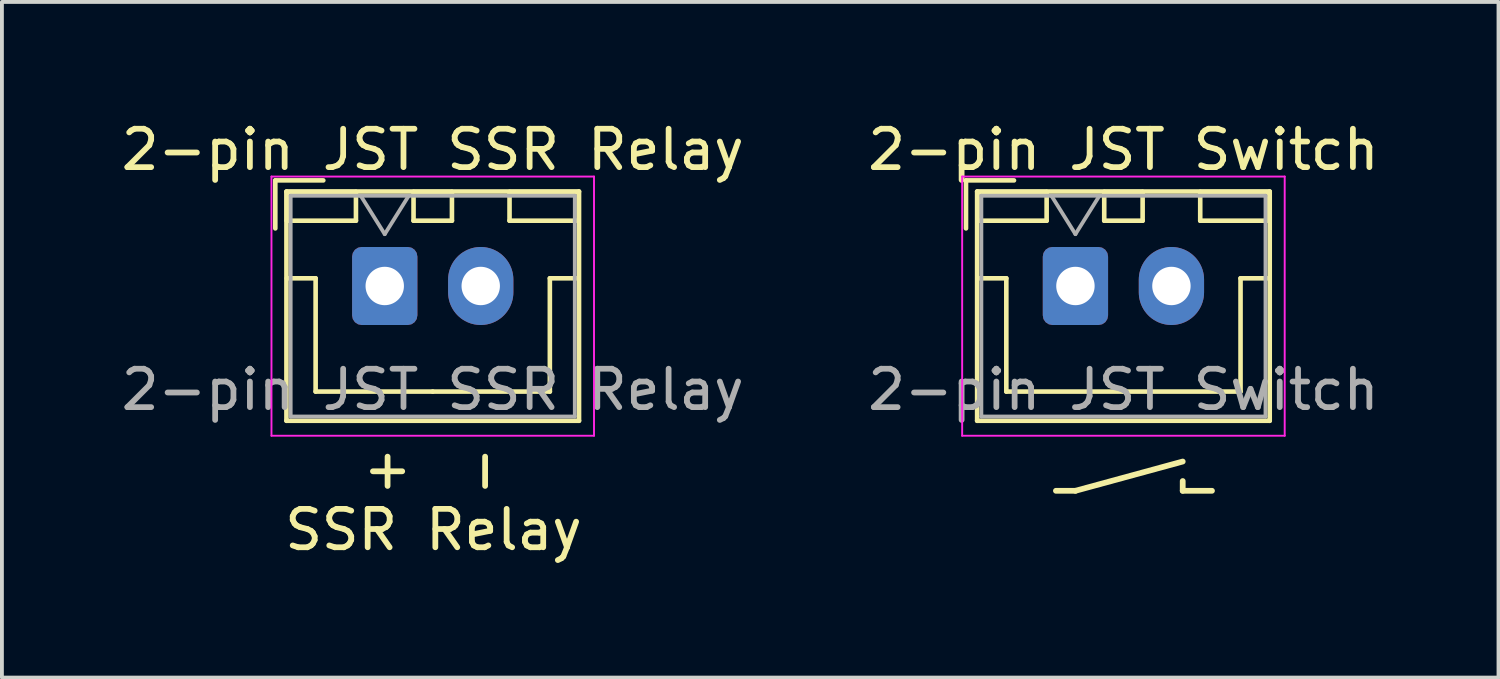
<source format=kicad_pcb>
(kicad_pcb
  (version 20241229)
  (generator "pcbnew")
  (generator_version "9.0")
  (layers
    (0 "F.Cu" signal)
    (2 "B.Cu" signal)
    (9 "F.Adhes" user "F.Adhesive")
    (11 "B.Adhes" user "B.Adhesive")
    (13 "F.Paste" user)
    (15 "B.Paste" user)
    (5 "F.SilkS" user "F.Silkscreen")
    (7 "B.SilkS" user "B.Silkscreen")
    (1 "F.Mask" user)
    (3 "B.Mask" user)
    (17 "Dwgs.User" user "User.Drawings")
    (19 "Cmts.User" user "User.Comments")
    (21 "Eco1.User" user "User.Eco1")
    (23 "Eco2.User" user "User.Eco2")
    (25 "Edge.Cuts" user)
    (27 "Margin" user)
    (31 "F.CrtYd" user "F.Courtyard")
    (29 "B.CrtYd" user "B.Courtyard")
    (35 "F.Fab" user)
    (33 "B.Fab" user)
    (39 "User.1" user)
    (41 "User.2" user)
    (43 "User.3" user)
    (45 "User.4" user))
  (footprint "2-pin JST SSR Relay"
    (layer "F.Cu")
    (at 6.97 4.398)
    (property "Reference" "2-pin JST SSR Relay" (at 1.25 -3.55 0) (layer "F.SilkS") (effects (font (size 1 1) (thickness 0.15))))
    (attr through_hole)
    (fp_line (start -2.85 -2.75) (end -2.85 -1.5) (stroke (width 0.12) (type solid)) (layer "F.SilkS"))
    (fp_line (start -2.56 -2.46) (end -2.56 3.51) (stroke (width 0.12) (type solid)) (layer "F.SilkS"))
    (fp_line (start -2.56 3.51) (end 5.06 3.51) (stroke (width 0.12) (type solid)) (layer "F.SilkS"))
    (fp_line (start -2.55 -2.45) (end -2.55 -1.7) (stroke (width 0.12) (type solid)) (layer "F.SilkS"))
    (fp_line (start -2.55 -1.7) (end -0.75 -1.7) (stroke (width 0.12) (type solid)) (layer "F.SilkS"))
    (fp_line (start -2.55 -0.2) (end -1.8 -0.2) (stroke (width 0.12) (type solid)) (layer "F.SilkS"))
    (fp_line (start -1.8 -0.2) (end -1.8 2.75) (stroke (width 0.12) (type solid)) (layer "F.SilkS"))
    (fp_line (start -1.8 2.75) (end 1.25 2.75) (stroke (width 0.12) (type solid)) (layer "F.SilkS"))
    (fp_line (start -1.6 -2.75) (end -2.85 -2.75) (stroke (width 0.12) (type solid)) (layer "F.SilkS"))
    (fp_line (start -0.75 -2.45) (end -2.55 -2.45) (stroke (width 0.12) (type solid)) (layer "F.SilkS"))
    (fp_line (start -0.75 -1.7) (end -0.75 -2.45) (stroke (width 0.12) (type solid)) (layer "F.SilkS"))
    (fp_line (start 0.75 -2.45) (end 0.75 -1.7) (stroke (width 0.12) (type solid)) (layer "F.SilkS"))
    (fp_line (start 0.75 -1.7) (end 1.75 -1.7) (stroke (width 0.12) (type solid)) (layer "F.SilkS"))
    (fp_line (start 1.75 -2.45) (end 0.75 -2.45) (stroke (width 0.12) (type solid)) (layer "F.SilkS"))
    (fp_line (start 1.75 -1.7) (end 1.75 -2.45) (stroke (width 0.12) (type solid)) (layer "F.SilkS"))
    (fp_line (start 3.25 -2.45) (end 3.25 -1.7) (stroke (width 0.12) (type solid)) (layer "F.SilkS"))
    (fp_line (start 3.25 -1.7) (end 5.05 -1.7) (stroke (width 0.12) (type solid)) (layer "F.SilkS"))
    (fp_line (start 4.3 -0.2) (end 4.3 2.75) (stroke (width 0.12) (type solid)) (layer "F.SilkS"))
    (fp_line (start 4.3 2.75) (end 1.25 2.75) (stroke (width 0.12) (type solid)) (layer "F.SilkS"))
    (fp_line (start 5.05 -2.45) (end 3.25 -2.45) (stroke (width 0.12) (type solid)) (layer "F.SilkS"))
    (fp_line (start 5.05 -1.7) (end 5.05 -2.45) (stroke (width 0.12) (type solid)) (layer "F.SilkS"))
    (fp_line (start 5.05 -0.2) (end 4.3 -0.2) (stroke (width 0.12) (type solid)) (layer "F.SilkS"))
    (fp_line (start 5.06 -2.46) (end -2.56 -2.46) (stroke (width 0.12) (type solid)) (layer "F.SilkS"))
    (fp_line (start 5.06 3.51) (end 5.06 -2.46) (stroke (width 0.12) (type solid)) (layer "F.SilkS"))
    (fp_line (start -2.95 -2.85) (end -2.95 3.9) (stroke (width 0.05) (type solid)) (layer "F.CrtYd"))
    (fp_line (start -2.95 3.9) (end 5.45 3.9) (stroke (width 0.05) (type solid)) (layer "F.CrtYd"))
    (fp_line (start 5.45 -2.85) (end -2.95 -2.85) (stroke (width 0.05) (type solid)) (layer "F.CrtYd"))
    (fp_line (start 5.45 3.9) (end 5.45 -2.85) (stroke (width 0.05) (type solid)) (layer "F.CrtYd"))
    (fp_line (start -2.45 -2.35) (end -2.45 3.4) (stroke (width 0.1) (type solid)) (layer "F.Fab"))
    (fp_line (start -2.45 3.4) (end 4.95 3.4) (stroke (width 0.1) (type solid)) (layer "F.Fab"))
    (fp_line (start -0.625 -2.35) (end 0 -1.35) (stroke (width 0.1) (type solid)) (layer "F.Fab"))
    (fp_line (start 0 -1.35) (end 0.625 -2.35) (stroke (width 0.1) (type solid)) (layer "F.Fab"))
    (fp_line (start 4.95 -2.35) (end -2.45 -2.35) (stroke (width 0.1) (type solid)) (layer "F.Fab"))
    (fp_line (start 4.95 3.4) (end 4.95 -2.35) (stroke (width 0.1) (type solid)) (layer "F.Fab"))
    (fp_text user "-" (at 2.54 4.826 90) (unlocked yes) (layer "F.SilkS") (effects (font (size 1 1) (thickness 0.15))))
    (fp_text user "+" (at 0 4.826 90) (unlocked yes) (layer "F.SilkS") (effects (font (size 1 1) (thickness 0.15))))
    (fp_text user "SSR Relay" (at 1.27 6.35 0) (unlocked yes) (layer "F.SilkS") (effects (font (size 1 1) (thickness 0.15))))
    (fp_text user "${REFERENCE}" (at 1.25 2.7 0) (layer "F.Fab") (effects (font (size 1 1) (thickness 0.15))))
    (pad "1" thru_hole roundrect (at 0 0) (size 1.7 2.032) (drill 1) (layers "*.Cu" "*.Mask") (roundrect_rratio 0.147))
    (pad "2" thru_hole oval (at 2.5 0) (size 1.7 2.032) (drill 1) (layers "*.Cu" "*.Mask")))
  (footprint "2-pin JST Switch"
    (layer "F.Cu")
    (at 24.958 4.398)
    (property "Reference" "2-pin JST Switch" (at 1.25 -3.55 0) (layer "F.SilkS") (effects (font (size 1 1) (thickness 0.15))))
    (attr through_hole)
    (fp_line (start -2.85 -2.75) (end -2.85 -1.5) (stroke (width 0.12) (type solid)) (layer "F.SilkS"))
    (fp_line (start -2.56 -2.46) (end -2.56 3.51) (stroke (width 0.12) (type solid)) (layer "F.SilkS"))
    (fp_line (start -2.56 3.51) (end 5.06 3.51) (stroke (width 0.12) (type solid)) (layer "F.SilkS"))
    (fp_line (start -2.55 -2.45) (end -2.55 -1.7) (stroke (width 0.12) (type solid)) (layer "F.SilkS"))
    (fp_line (start -2.55 -1.7) (end -0.75 -1.7) (stroke (width 0.12) (type solid)) (layer "F.SilkS"))
    (fp_line (start -2.55 -0.2) (end -1.8 -0.2) (stroke (width 0.12) (type solid)) (layer "F.SilkS"))
    (fp_line (start -1.8 -0.2) (end -1.8 2.75) (stroke (width 0.12) (type solid)) (layer "F.SilkS"))
    (fp_line (start -1.8 2.75) (end 1.25 2.75) (stroke (width 0.12) (type solid)) (layer "F.SilkS"))
    (fp_line (start -1.6 -2.75) (end -2.85 -2.75) (stroke (width 0.12) (type solid)) (layer "F.SilkS"))
    (fp_line (start -0.75 -2.45) (end -2.55 -2.45) (stroke (width 0.12) (type solid)) (layer "F.SilkS"))
    (fp_line (start -0.75 -1.7) (end -0.75 -2.45) (stroke (width 0.12) (type solid)) (layer "F.SilkS"))
    (fp_line (start 0 5.334) (end -0.508 5.334) (stroke (width 0.15) (type solid)) (layer "F.SilkS"))
    (fp_line (start 0 5.334) (end 2.794 4.572) (stroke (width 0.15) (type solid)) (layer "F.SilkS"))
    (fp_line (start 0.75 -2.45) (end 0.75 -1.7) (stroke (width 0.12) (type solid)) (layer "F.SilkS"))
    (fp_line (start 0.75 -1.7) (end 1.75 -1.7) (stroke (width 0.12) (type solid)) (layer "F.SilkS"))
    (fp_line (start 1.75 -2.45) (end 0.75 -2.45) (stroke (width 0.12) (type solid)) (layer "F.SilkS"))
    (fp_line (start 1.75 -1.7) (end 1.75 -2.45) (stroke (width 0.12) (type solid)) (layer "F.SilkS"))
    (fp_line (start 2.794 5.08) (end 2.794 5.334) (stroke (width 0.15) (type solid)) (layer "F.SilkS"))
    (fp_line (start 2.794 5.334) (end 3.556 5.334) (stroke (width 0.15) (type solid)) (layer "F.SilkS"))
    (fp_line (start 3.25 -2.45) (end 3.25 -1.7) (stroke (width 0.12) (type solid)) (layer "F.SilkS"))
    (fp_line (start 3.25 -1.7) (end 5.05 -1.7) (stroke (width 0.12) (type solid)) (layer "F.SilkS"))
    (fp_line (start 4.3 -0.2) (end 4.3 2.75) (stroke (width 0.12) (type solid)) (layer "F.SilkS"))
    (fp_line (start 4.3 2.75) (end 1.25 2.75) (stroke (width 0.12) (type solid)) (layer "F.SilkS"))
    (fp_line (start 5.05 -2.45) (end 3.25 -2.45) (stroke (width 0.12) (type solid)) (layer "F.SilkS"))
    (fp_line (start 5.05 -1.7) (end 5.05 -2.45) (stroke (width 0.12) (type solid)) (layer "F.SilkS"))
    (fp_line (start 5.05 -0.2) (end 4.3 -0.2) (stroke (width 0.12) (type solid)) (layer "F.SilkS"))
    (fp_line (start 5.06 -2.46) (end -2.56 -2.46) (stroke (width 0.12) (type solid)) (layer "F.SilkS"))
    (fp_line (start 5.06 3.51) (end 5.06 -2.46) (stroke (width 0.12) (type solid)) (layer "F.SilkS"))
    (fp_line (start -2.95 -2.85) (end -2.95 3.9) (stroke (width 0.05) (type solid)) (layer "F.CrtYd"))
    (fp_line (start -2.95 3.9) (end 5.45 3.9) (stroke (width 0.05) (type solid)) (layer "F.CrtYd"))
    (fp_line (start 5.45 -2.85) (end -2.95 -2.85) (stroke (width 0.05) (type solid)) (layer "F.CrtYd"))
    (fp_line (start 5.45 3.9) (end 5.45 -2.85) (stroke (width 0.05) (type solid)) (layer "F.CrtYd"))
    (fp_line (start -2.45 -2.35) (end -2.45 3.4) (stroke (width 0.1) (type solid)) (layer "F.Fab"))
    (fp_line (start -2.45 3.4) (end 4.95 3.4) (stroke (width 0.1) (type solid)) (layer "F.Fab"))
    (fp_line (start -0.625 -2.35) (end 0 -1.35) (stroke (width 0.1) (type solid)) (layer "F.Fab"))
    (fp_line (start 0 -1.35) (end 0.625 -2.35) (stroke (width 0.1) (type solid)) (layer "F.Fab"))
    (fp_line (start 4.95 -2.35) (end -2.45 -2.35) (stroke (width 0.1) (type solid)) (layer "F.Fab"))
    (fp_line (start 4.95 3.4) (end 4.95 -2.35) (stroke (width 0.1) (type solid)) (layer "F.Fab"))
    (fp_text user "${REFERENCE}" (at 1.25 2.7 0) (layer "F.Fab") (effects (font (size 1 1) (thickness 0.15))))
    (pad "1" thru_hole roundrect (at 0 0) (size 1.7 2.032) (drill 1) (layers "*.Cu" "*.Mask") (roundrect_rratio 0.147))
    (pad "2" thru_hole oval (at 2.5 0) (size 1.7 2.032) (drill 1) (layers "*.Cu" "*.Mask")))
  (gr_rect
    (start -3 -3)
    (end 35.976 14.597)
    (stroke (width 0.1) (type default))
    (fill no)
    (layer "Edge.Cuts")))
</source>
